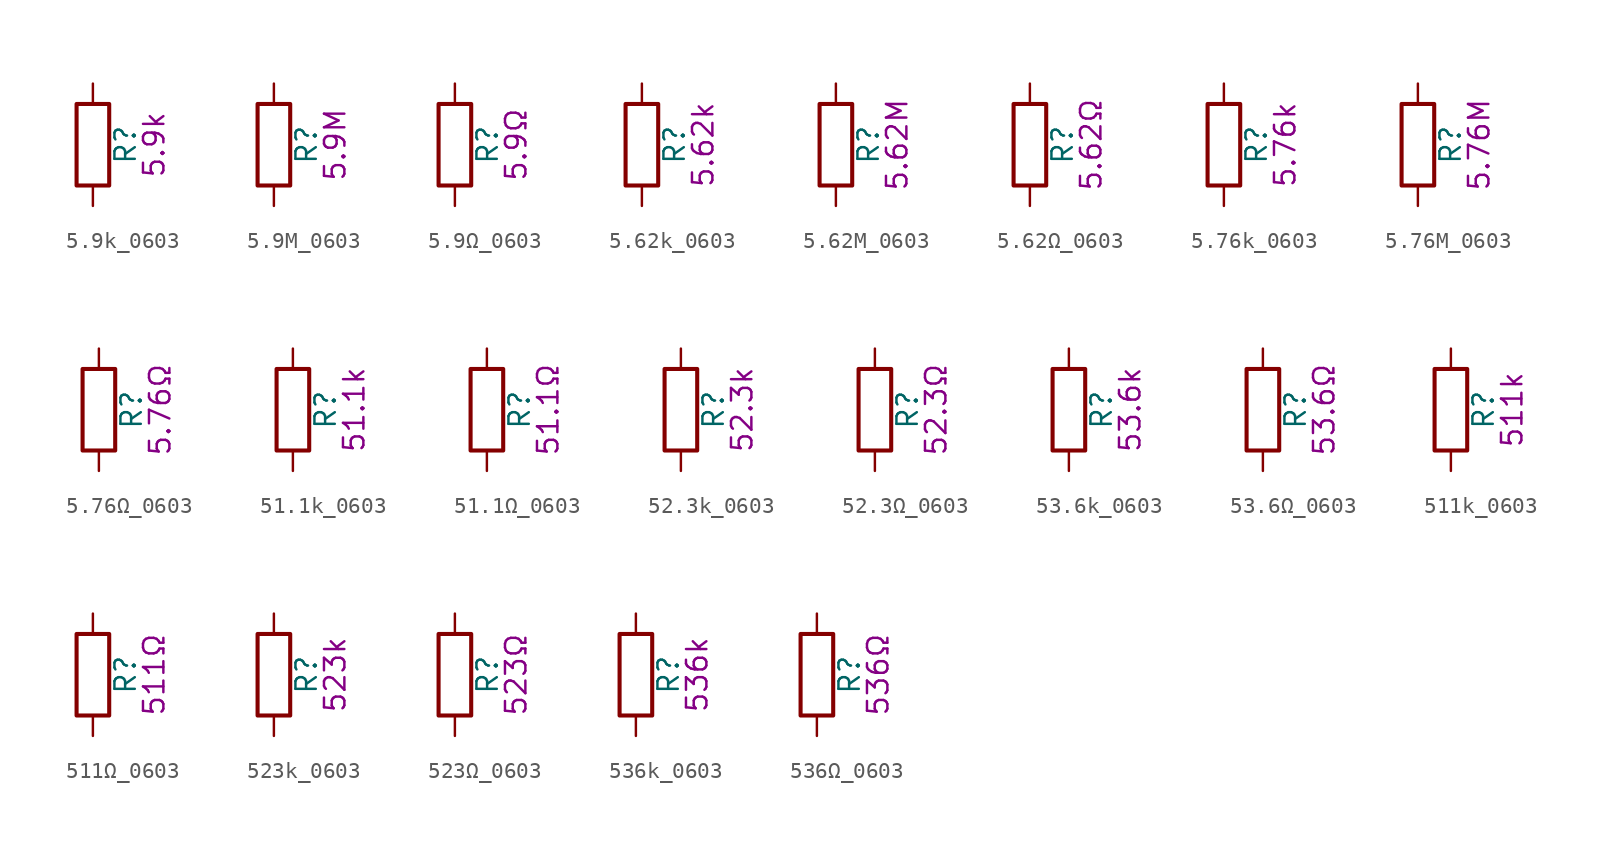
<source format=kicad_sym>
(kicad_symbol_lib
  (version 20211014)
  (generator kicad_symbol_editor)
  (symbol "5.9k_0603"
    (pin_numbers hide)
    (pin_names
      (offset 0))
    (property "Reference" "R"
      (at 2.032 0 90)
      (effects (font (size 1.27 1.27))))
    (property "Display" "5.9k"
      (at 3.81 0 90)
      (effects (font (size 1.27 1.27))))
    (symbol "5.9k_0603_0_1"
      (rectangle (start -1.016 -2.54) (end 1.016 2.54) (stroke (width 0.254) (type default) (color 0 0 0 0)) (fill (type none))))
    (symbol "5.9k_0603_1_1"
      (pin passive line (at 0 3.81 270) (length 1.27) (name "~" (effects (font (size 1.27 1.27)))) (number "1" (effects (font (size 1.27 1.27)))))
      (pin passive line (at 0 -3.81 90) (length 1.27) (name "~" (effects (font (size 1.27 1.27)))) (number "2" (effects (font (size 1.27 1.27)))))))
  (symbol "5.9M_0603"
    (pin_numbers hide)
    (pin_names
      (offset 0))
    (property "Reference" "R"
      (at 2.032 0 90)
      (effects (font (size 1.27 1.27))))
    (property "Display" "5.9M"
      (at 3.81 0 90)
      (effects (font (size 1.27 1.27))))
    (symbol "5.9M_0603_0_1"
      (rectangle (start -1.016 -2.54) (end 1.016 2.54) (stroke (width 0.254) (type default) (color 0 0 0 0)) (fill (type none))))
    (symbol "5.9M_0603_1_1"
      (pin passive line (at 0 3.81 270) (length 1.27) (name "~" (effects (font (size 1.27 1.27)))) (number "1" (effects (font (size 1.27 1.27)))))
      (pin passive line (at 0 -3.81 90) (length 1.27) (name "~" (effects (font (size 1.27 1.27)))) (number "2" (effects (font (size 1.27 1.27)))))))
  (symbol "5.9Ω_0603"
    (pin_numbers hide)
    (pin_names
      (offset 0))
    (property "Reference" "R"
      (at 2.032 0 90)
      (effects (font (size 1.27 1.27))))
    (property "Display" "5.9Ω"
      (at 3.81 0 90)
      (effects (font (size 1.27 1.27))))
    (symbol "5.9Ω_0603_0_1"
      (rectangle (start -1.016 -2.54) (end 1.016 2.54) (stroke (width 0.254) (type default) (color 0 0 0 0)) (fill (type none))))
    (symbol "5.9Ω_0603_1_1"
      (pin passive line (at 0 3.81 270) (length 1.27) (name "~" (effects (font (size 1.27 1.27)))) (number "1" (effects (font (size 1.27 1.27)))))
      (pin passive line (at 0 -3.81 90) (length 1.27) (name "~" (effects (font (size 1.27 1.27)))) (number "2" (effects (font (size 1.27 1.27)))))))
  (symbol "5.62k_0603"
    (pin_numbers hide)
    (pin_names
      (offset 0))
    (property "Reference" "R"
      (at 2.032 0 90)
      (effects (font (size 1.27 1.27))))
    (property "Display" "5.62k"
      (at 3.81 0 90)
      (effects (font (size 1.27 1.27))))
    (symbol "5.62k_0603_0_1"
      (rectangle (start -1.016 -2.54) (end 1.016 2.54) (stroke (width 0.254) (type default) (color 0 0 0 0)) (fill (type none))))
    (symbol "5.62k_0603_1_1"
      (pin passive line (at 0 3.81 270) (length 1.27) (name "~" (effects (font (size 1.27 1.27)))) (number "1" (effects (font (size 1.27 1.27)))))
      (pin passive line (at 0 -3.81 90) (length 1.27) (name "~" (effects (font (size 1.27 1.27)))) (number "2" (effects (font (size 1.27 1.27)))))))
  (symbol "5.62M_0603"
    (pin_numbers hide)
    (pin_names
      (offset 0))
    (property "Reference" "R"
      (at 2.032 0 90)
      (effects (font (size 1.27 1.27))))
    (property "Display" "5.62M"
      (at 3.81 0 90)
      (effects (font (size 1.27 1.27))))
    (symbol "5.62M_0603_0_1"
      (rectangle (start -1.016 -2.54) (end 1.016 2.54) (stroke (width 0.254) (type default) (color 0 0 0 0)) (fill (type none))))
    (symbol "5.62M_0603_1_1"
      (pin passive line (at 0 3.81 270) (length 1.27) (name "~" (effects (font (size 1.27 1.27)))) (number "1" (effects (font (size 1.27 1.27)))))
      (pin passive line (at 0 -3.81 90) (length 1.27) (name "~" (effects (font (size 1.27 1.27)))) (number "2" (effects (font (size 1.27 1.27)))))))
  (symbol "5.62Ω_0603"
    (pin_numbers hide)
    (pin_names
      (offset 0))
    (property "Reference" "R"
      (at 2.032 0 90)
      (effects (font (size 1.27 1.27))))
    (property "Display" "5.62Ω"
      (at 3.81 0 90)
      (effects (font (size 1.27 1.27))))
    (symbol "5.62Ω_0603_0_1"
      (rectangle (start -1.016 -2.54) (end 1.016 2.54) (stroke (width 0.254) (type default) (color 0 0 0 0)) (fill (type none))))
    (symbol "5.62Ω_0603_1_1"
      (pin passive line (at 0 3.81 270) (length 1.27) (name "~" (effects (font (size 1.27 1.27)))) (number "1" (effects (font (size 1.27 1.27)))))
      (pin passive line (at 0 -3.81 90) (length 1.27) (name "~" (effects (font (size 1.27 1.27)))) (number "2" (effects (font (size 1.27 1.27)))))))
  (symbol "5.76k_0603"
    (pin_numbers hide)
    (pin_names
      (offset 0))
    (property "Reference" "R"
      (at 2.032 0 90)
      (effects (font (size 1.27 1.27))))
    (property "Display" "5.76k"
      (at 3.81 0 90)
      (effects (font (size 1.27 1.27))))
    (symbol "5.76k_0603_0_1"
      (rectangle (start -1.016 -2.54) (end 1.016 2.54) (stroke (width 0.254) (type default) (color 0 0 0 0)) (fill (type none))))
    (symbol "5.76k_0603_1_1"
      (pin passive line (at 0 3.81 270) (length 1.27) (name "~" (effects (font (size 1.27 1.27)))) (number "1" (effects (font (size 1.27 1.27)))))
      (pin passive line (at 0 -3.81 90) (length 1.27) (name "~" (effects (font (size 1.27 1.27)))) (number "2" (effects (font (size 1.27 1.27)))))))
  (symbol "5.76M_0603"
    (pin_numbers hide)
    (pin_names
      (offset 0))
    (property "Reference" "R"
      (at 2.032 0 90)
      (effects (font (size 1.27 1.27))))
    (property "Display" "5.76M"
      (at 3.81 0 90)
      (effects (font (size 1.27 1.27))))
    (symbol "5.76M_0603_0_1"
      (rectangle (start -1.016 -2.54) (end 1.016 2.54) (stroke (width 0.254) (type default) (color 0 0 0 0)) (fill (type none))))
    (symbol "5.76M_0603_1_1"
      (pin passive line (at 0 3.81 270) (length 1.27) (name "~" (effects (font (size 1.27 1.27)))) (number "1" (effects (font (size 1.27 1.27)))))
      (pin passive line (at 0 -3.81 90) (length 1.27) (name "~" (effects (font (size 1.27 1.27)))) (number "2" (effects (font (size 1.27 1.27)))))))
  (symbol "5.76Ω_0603"
    (pin_numbers hide)
    (pin_names
      (offset 0))
    (property "Reference" "R"
      (at 2.032 0 90)
      (effects (font (size 1.27 1.27))))
    (property "Display" "5.76Ω"
      (at 3.81 0 90)
      (effects (font (size 1.27 1.27))))
    (symbol "5.76Ω_0603_0_1"
      (rectangle (start -1.016 -2.54) (end 1.016 2.54) (stroke (width 0.254) (type default) (color 0 0 0 0)) (fill (type none))))
    (symbol "5.76Ω_0603_1_1"
      (pin passive line (at 0 3.81 270) (length 1.27) (name "~" (effects (font (size 1.27 1.27)))) (number "1" (effects (font (size 1.27 1.27)))))
      (pin passive line (at 0 -3.81 90) (length 1.27) (name "~" (effects (font (size 1.27 1.27)))) (number "2" (effects (font (size 1.27 1.27)))))))
  (symbol "51.1k_0603"
    (pin_numbers hide)
    (pin_names
      (offset 0))
    (property "Reference" "R"
      (at 2.032 0 90)
      (effects (font (size 1.27 1.27))))
    (property "Display" "51.1k"
      (at 3.81 0 90)
      (effects (font (size 1.27 1.27))))
    (symbol "51.1k_0603_0_1"
      (rectangle (start -1.016 -2.54) (end 1.016 2.54) (stroke (width 0.254) (type default) (color 0 0 0 0)) (fill (type none))))
    (symbol "51.1k_0603_1_1"
      (pin passive line (at 0 3.81 270) (length 1.27) (name "~" (effects (font (size 1.27 1.27)))) (number "1" (effects (font (size 1.27 1.27)))))
      (pin passive line (at 0 -3.81 90) (length 1.27) (name "~" (effects (font (size 1.27 1.27)))) (number "2" (effects (font (size 1.27 1.27)))))))
  (symbol "51.1Ω_0603"
    (pin_numbers hide)
    (pin_names
      (offset 0))
    (property "Reference" "R"
      (at 2.032 0 90)
      (effects (font (size 1.27 1.27))))
    (property "Display" "51.1Ω"
      (at 3.81 0 90)
      (effects (font (size 1.27 1.27))))
    (symbol "51.1Ω_0603_0_1"
      (rectangle (start -1.016 -2.54) (end 1.016 2.54) (stroke (width 0.254) (type default) (color 0 0 0 0)) (fill (type none))))
    (symbol "51.1Ω_0603_1_1"
      (pin passive line (at 0 3.81 270) (length 1.27) (name "~" (effects (font (size 1.27 1.27)))) (number "1" (effects (font (size 1.27 1.27)))))
      (pin passive line (at 0 -3.81 90) (length 1.27) (name "~" (effects (font (size 1.27 1.27)))) (number "2" (effects (font (size 1.27 1.27)))))))
  (symbol "52.3k_0603"
    (pin_numbers hide)
    (pin_names
      (offset 0))
    (property "Reference" "R"
      (at 2.032 0 90)
      (effects (font (size 1.27 1.27))))
    (property "Display" "52.3k"
      (at 3.81 0 90)
      (effects (font (size 1.27 1.27))))
    (symbol "52.3k_0603_0_1"
      (rectangle (start -1.016 -2.54) (end 1.016 2.54) (stroke (width 0.254) (type default) (color 0 0 0 0)) (fill (type none))))
    (symbol "52.3k_0603_1_1"
      (pin passive line (at 0 3.81 270) (length 1.27) (name "~" (effects (font (size 1.27 1.27)))) (number "1" (effects (font (size 1.27 1.27)))))
      (pin passive line (at 0 -3.81 90) (length 1.27) (name "~" (effects (font (size 1.27 1.27)))) (number "2" (effects (font (size 1.27 1.27)))))))
  (symbol "52.3Ω_0603"
    (pin_numbers hide)
    (pin_names
      (offset 0))
    (property "Reference" "R"
      (at 2.032 0 90)
      (effects (font (size 1.27 1.27))))
    (property "Display" "52.3Ω"
      (at 3.81 0 90)
      (effects (font (size 1.27 1.27))))
    (symbol "52.3Ω_0603_0_1"
      (rectangle (start -1.016 -2.54) (end 1.016 2.54) (stroke (width 0.254) (type default) (color 0 0 0 0)) (fill (type none))))
    (symbol "52.3Ω_0603_1_1"
      (pin passive line (at 0 3.81 270) (length 1.27) (name "~" (effects (font (size 1.27 1.27)))) (number "1" (effects (font (size 1.27 1.27)))))
      (pin passive line (at 0 -3.81 90) (length 1.27) (name "~" (effects (font (size 1.27 1.27)))) (number "2" (effects (font (size 1.27 1.27)))))))
  (symbol "53.6k_0603"
    (pin_numbers hide)
    (pin_names
      (offset 0))
    (property "Reference" "R"
      (at 2.032 0 90)
      (effects (font (size 1.27 1.27))))
    (property "Display" "53.6k"
      (at 3.81 0 90)
      (effects (font (size 1.27 1.27))))
    (symbol "53.6k_0603_0_1"
      (rectangle (start -1.016 -2.54) (end 1.016 2.54) (stroke (width 0.254) (type default) (color 0 0 0 0)) (fill (type none))))
    (symbol "53.6k_0603_1_1"
      (pin passive line (at 0 3.81 270) (length 1.27) (name "~" (effects (font (size 1.27 1.27)))) (number "1" (effects (font (size 1.27 1.27)))))
      (pin passive line (at 0 -3.81 90) (length 1.27) (name "~" (effects (font (size 1.27 1.27)))) (number "2" (effects (font (size 1.27 1.27)))))))
  (symbol "53.6Ω_0603"
    (pin_numbers hide)
    (pin_names
      (offset 0))
    (property "Reference" "R"
      (at 2.032 0 90)
      (effects (font (size 1.27 1.27))))
    (property "Display" "53.6Ω"
      (at 3.81 0 90)
      (effects (font (size 1.27 1.27))))
    (symbol "53.6Ω_0603_0_1"
      (rectangle (start -1.016 -2.54) (end 1.016 2.54) (stroke (width 0.254) (type default) (color 0 0 0 0)) (fill (type none))))
    (symbol "53.6Ω_0603_1_1"
      (pin passive line (at 0 3.81 270) (length 1.27) (name "~" (effects (font (size 1.27 1.27)))) (number "1" (effects (font (size 1.27 1.27)))))
      (pin passive line (at 0 -3.81 90) (length 1.27) (name "~" (effects (font (size 1.27 1.27)))) (number "2" (effects (font (size 1.27 1.27)))))))
  (symbol "511k_0603"
    (pin_numbers hide)
    (pin_names
      (offset 0))
    (property "Reference" "R"
      (at 2.032 0 90)
      (effects (font (size 1.27 1.27))))
    (property "Display" "511k"
      (at 3.81 0 90)
      (effects (font (size 1.27 1.27))))
    (symbol "511k_0603_0_1"
      (rectangle (start -1.016 -2.54) (end 1.016 2.54) (stroke (width 0.254) (type default) (color 0 0 0 0)) (fill (type none))))
    (symbol "511k_0603_1_1"
      (pin passive line (at 0 3.81 270) (length 1.27) (name "~" (effects (font (size 1.27 1.27)))) (number "1" (effects (font (size 1.27 1.27)))))
      (pin passive line (at 0 -3.81 90) (length 1.27) (name "~" (effects (font (size 1.27 1.27)))) (number "2" (effects (font (size 1.27 1.27)))))))
  (symbol "511Ω_0603"
    (pin_numbers hide)
    (pin_names
      (offset 0))
    (property "Reference" "R"
      (at 2.032 0 90)
      (effects (font (size 1.27 1.27))))
    (property "Display" "511Ω"
      (at 3.81 0 90)
      (effects (font (size 1.27 1.27))))
    (symbol "511Ω_0603_0_1"
      (rectangle (start -1.016 -2.54) (end 1.016 2.54) (stroke (width 0.254) (type default) (color 0 0 0 0)) (fill (type none))))
    (symbol "511Ω_0603_1_1"
      (pin passive line (at 0 3.81 270) (length 1.27) (name "~" (effects (font (size 1.27 1.27)))) (number "1" (effects (font (size 1.27 1.27)))))
      (pin passive line (at 0 -3.81 90) (length 1.27) (name "~" (effects (font (size 1.27 1.27)))) (number "2" (effects (font (size 1.27 1.27)))))))
  (symbol "523k_0603"
    (pin_numbers hide)
    (pin_names
      (offset 0))
    (property "Reference" "R"
      (at 2.032 0 90)
      (effects (font (size 1.27 1.27))))
    (property "Display" "523k"
      (at 3.81 0 90)
      (effects (font (size 1.27 1.27))))
    (symbol "523k_0603_0_1"
      (rectangle (start -1.016 -2.54) (end 1.016 2.54) (stroke (width 0.254) (type default) (color 0 0 0 0)) (fill (type none))))
    (symbol "523k_0603_1_1"
      (pin passive line (at 0 3.81 270) (length 1.27) (name "~" (effects (font (size 1.27 1.27)))) (number "1" (effects (font (size 1.27 1.27)))))
      (pin passive line (at 0 -3.81 90) (length 1.27) (name "~" (effects (font (size 1.27 1.27)))) (number "2" (effects (font (size 1.27 1.27)))))))
  (symbol "523Ω_0603"
    (pin_numbers hide)
    (pin_names
      (offset 0))
    (property "Reference" "R"
      (at 2.032 0 90)
      (effects (font (size 1.27 1.27))))
    (property "Display" "523Ω"
      (at 3.81 0 90)
      (effects (font (size 1.27 1.27))))
    (symbol "523Ω_0603_0_1"
      (rectangle (start -1.016 -2.54) (end 1.016 2.54) (stroke (width 0.254) (type default) (color 0 0 0 0)) (fill (type none))))
    (symbol "523Ω_0603_1_1"
      (pin passive line (at 0 3.81 270) (length 1.27) (name "~" (effects (font (size 1.27 1.27)))) (number "1" (effects (font (size 1.27 1.27)))))
      (pin passive line (at 0 -3.81 90) (length 1.27) (name "~" (effects (font (size 1.27 1.27)))) (number "2" (effects (font (size 1.27 1.27)))))))
  (symbol "536k_0603"
    (pin_numbers hide)
    (pin_names
      (offset 0))
    (property "Reference" "R"
      (at 2.032 0 90)
      (effects (font (size 1.27 1.27))))
    (property "Display" "536k"
      (at 3.81 0 90)
      (effects (font (size 1.27 1.27))))
    (symbol "536k_0603_0_1"
      (rectangle (start -1.016 -2.54) (end 1.016 2.54) (stroke (width 0.254) (type default) (color 0 0 0 0)) (fill (type none))))
    (symbol "536k_0603_1_1"
      (pin passive line (at 0 3.81 270) (length 1.27) (name "~" (effects (font (size 1.27 1.27)))) (number "1" (effects (font (size 1.27 1.27)))))
      (pin passive line (at 0 -3.81 90) (length 1.27) (name "~" (effects (font (size 1.27 1.27)))) (number "2" (effects (font (size 1.27 1.27)))))))
  (symbol "536Ω_0603"
    (pin_numbers hide)
    (pin_names
      (offset 0))
    (property "Reference" "R"
      (at 2.032 0 90)
      (effects (font (size 1.27 1.27))))
    (property "Display" "536Ω"
      (at 3.81 0 90)
      (effects (font (size 1.27 1.27))))
    (symbol "536Ω_0603_0_1"
      (rectangle (start -1.016 -2.54) (end 1.016 2.54) (stroke (width 0.254) (type default) (color 0 0 0 0)) (fill (type none))))
    (symbol "536Ω_0603_1_1"
      (pin passive line (at 0 3.81 270) (length 1.27) (name "~" (effects (font (size 1.27 1.27)))) (number "1" (effects (font (size 1.27 1.27)))))
      (pin passive line (at 0 -3.81 90) (length 1.27) (name "~" (effects (font (size 1.27 1.27)))) (number "2" (effects (font (size 1.27 1.27))))))))
</source>
